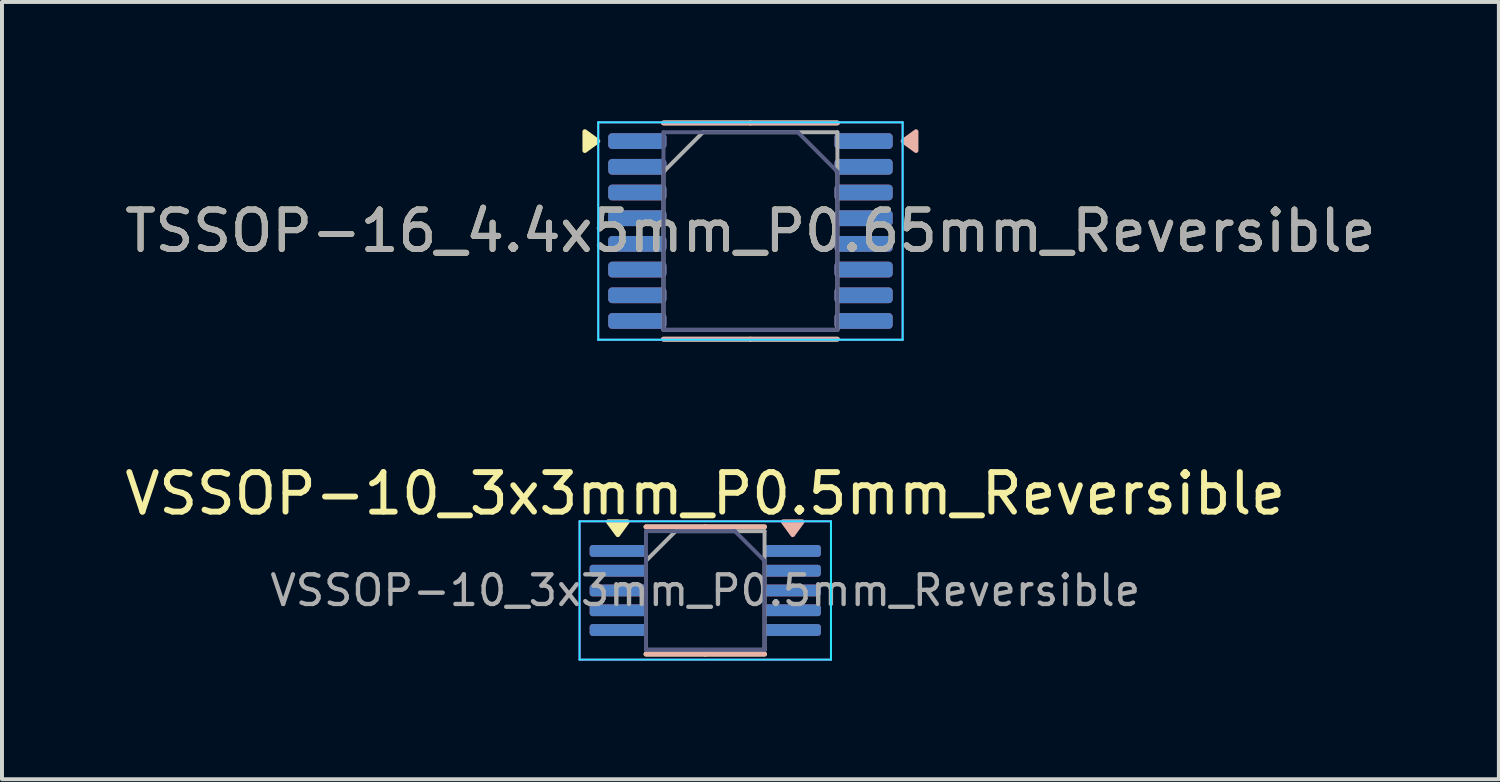
<source format=kicad_pcb>
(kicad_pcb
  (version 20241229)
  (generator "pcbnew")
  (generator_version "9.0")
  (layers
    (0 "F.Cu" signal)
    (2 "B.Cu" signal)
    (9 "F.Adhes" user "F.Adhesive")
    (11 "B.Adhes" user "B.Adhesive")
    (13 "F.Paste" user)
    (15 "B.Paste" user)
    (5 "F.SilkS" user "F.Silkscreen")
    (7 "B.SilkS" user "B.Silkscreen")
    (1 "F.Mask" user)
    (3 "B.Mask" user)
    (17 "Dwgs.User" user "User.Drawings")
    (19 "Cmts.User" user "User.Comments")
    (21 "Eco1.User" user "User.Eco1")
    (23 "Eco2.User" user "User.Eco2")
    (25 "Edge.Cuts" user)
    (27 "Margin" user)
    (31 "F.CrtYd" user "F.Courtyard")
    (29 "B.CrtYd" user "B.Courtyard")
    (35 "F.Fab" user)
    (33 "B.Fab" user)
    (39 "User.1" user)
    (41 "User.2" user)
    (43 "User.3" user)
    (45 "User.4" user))
  (footprint "VSSOP-10_3x3mm_P0.5mm_Reversible"
    (layer "F.Cu")
    (at 14.792 11.888)
    (property "Reference" "VSSOP-10_3x3mm_P0.5mm_Reversible" (at 0 -2.45 0) (layer "F.SilkS") (effects (font (size 1 1) (thickness 0.15))))
    (attr smd)
    (fp_line (start 0 -1.61) (end -1.5 -1.61) (stroke (width 0.12) (type solid)) (layer "F.SilkS"))
    (fp_line (start 0 -1.61) (end 1.5 -1.61) (stroke (width 0.12) (type solid)) (layer "F.SilkS"))
    (fp_line (start 0 1.61) (end -1.5 1.61) (stroke (width 0.12) (type solid)) (layer "F.SilkS"))
    (fp_line (start 0 1.61) (end 1.5 1.61) (stroke (width 0.12) (type solid)) (layer "F.SilkS"))
    (fp_poly (pts (xy -2.212 -1.41) (xy -2.453 -1.74) (xy -1.972 -1.74) (xy -2.212 -1.41)) (stroke (width 0.12) (type solid)) (fill yes) (layer "F.SilkS"))
    (fp_line (start -1.5 -1.61) (end 0 -1.61) (stroke (width 0.12) (type solid)) (layer "B.SilkS"))
    (fp_line (start -1.5 1.61) (end 0 1.61) (stroke (width 0.12) (type solid)) (layer "B.SilkS"))
    (fp_line (start 1.5 -1.61) (end 0 -1.61) (stroke (width 0.12) (type solid)) (layer "B.SilkS"))
    (fp_line (start 1.5 1.61) (end 0 1.61) (stroke (width 0.12) (type solid)) (layer "B.SilkS"))
    (fp_poly (pts (xy 2.212 -1.41) (xy 2.453 -1.74) (xy 1.972 -1.74) (xy 2.212 -1.41)) (stroke (width 0.12) (type solid)) (fill yes) (layer "B.SilkS"))
    (fp_line (start -3.18 -1.75) (end -3.18 1.75) (stroke (width 0.05) (type solid)) (layer "B.CrtYd"))
    (fp_line (start -3.18 1.75) (end 3.18 1.75) (stroke (width 0.05) (type solid)) (layer "B.CrtYd"))
    (fp_line (start 3.18 -1.75) (end -3.18 -1.75) (stroke (width 0.05) (type solid)) (layer "B.CrtYd"))
    (fp_line (start 3.18 1.75) (end 3.18 -1.75) (stroke (width 0.05) (type solid)) (layer "B.CrtYd"))
    (fp_line (start -3.18 -1.75) (end -3.18 1.75) (stroke (width 0.05) (type solid)) (layer "F.CrtYd"))
    (fp_line (start -3.18 1.75) (end 3.18 1.75) (stroke (width 0.05) (type solid)) (layer "F.CrtYd"))
    (fp_line (start 3.18 -1.75) (end -3.18 -1.75) (stroke (width 0.05) (type solid)) (layer "F.CrtYd"))
    (fp_line (start 3.18 1.75) (end 3.18 -1.75) (stroke (width 0.05) (type solid)) (layer "F.CrtYd"))
    (fp_line (start -1.5 -1.5) (end 0.75 -1.5) (stroke (width 0.1) (type solid)) (layer "B.Fab"))
    (fp_line (start -1.5 1.5) (end -1.5 -1.5) (stroke (width 0.1) (type solid)) (layer "B.Fab"))
    (fp_line (start 0.75 -1.5) (end 1.5 -0.75) (stroke (width 0.1) (type solid)) (layer "B.Fab"))
    (fp_line (start 1.5 -0.75) (end 1.5 1.5) (stroke (width 0.1) (type solid)) (layer "B.Fab"))
    (fp_line (start 1.5 1.5) (end -1.5 1.5) (stroke (width 0.1) (type solid)) (layer "B.Fab"))
    (fp_line (start -1.5 -0.75) (end -0.75 -1.5) (stroke (width 0.1) (type solid)) (layer "F.Fab"))
    (fp_line (start -1.5 1.5) (end -1.5 -0.75) (stroke (width 0.1) (type solid)) (layer "F.Fab"))
    (fp_line (start -0.75 -1.5) (end 1.5 -1.5) (stroke (width 0.1) (type solid)) (layer "F.Fab"))
    (fp_line (start 1.5 -1.5) (end 1.5 1.5) (stroke (width 0.1) (type solid)) (layer "F.Fab"))
    (fp_line (start 1.5 1.5) (end -1.5 1.5) (stroke (width 0.1) (type solid)) (layer "F.Fab"))
    (fp_text user "${REFERENCE}" (at 0 0 0) (layer "F.Fab") (effects (font (size 0.75 0.75) (thickness 0.11))))
    (pad "1" smd roundrect (at -2.2 -1) (size 1.45 0.3) (layers "F.Cu" "F.Mask" "F.Paste") (roundrect_rratio 0.25))
    (pad "1" smd roundrect (at 2.2 -1) (size 1.45 0.3) (layers "B.Cu" "B.Mask" "B.Paste") (roundrect_rratio 0.25))
    (pad "2" smd roundrect (at -2.2 -0.5) (size 1.45 0.3) (layers "F.Cu" "F.Mask" "F.Paste") (roundrect_rratio 0.25))
    (pad "2" smd roundrect (at 2.2 -0.5) (size 1.45 0.3) (layers "B.Cu" "B.Mask" "B.Paste") (roundrect_rratio 0.25))
    (pad "3" smd roundrect (at -2.2 0) (size 1.45 0.3) (layers "F.Cu" "F.Mask" "F.Paste") (roundrect_rratio 0.25))
    (pad "3" smd roundrect (at 2.2 0) (size 1.45 0.3) (layers "B.Cu" "B.Mask" "B.Paste") (roundrect_rratio 0.25))
    (pad "4" smd roundrect (at -2.2 0.5) (size 1.45 0.3) (layers "F.Cu" "F.Mask" "F.Paste") (roundrect_rratio 0.25))
    (pad "4" smd roundrect (at 2.2 0.5) (size 1.45 0.3) (layers "B.Cu" "B.Mask" "B.Paste") (roundrect_rratio 0.25))
    (pad "5" smd roundrect (at -2.2 1) (size 1.45 0.3) (layers "F.Cu" "F.Mask" "F.Paste") (roundrect_rratio 0.25))
    (pad "5" smd roundrect (at 2.2 1) (size 1.45 0.3) (layers "B.Cu" "B.Mask" "B.Paste") (roundrect_rratio 0.25))
    (pad "6" smd roundrect (at -2.2 1) (size 1.45 0.3) (layers "B.Cu" "B.Mask" "B.Paste") (roundrect_rratio 0.25))
    (pad "6" smd roundrect (at 2.2 1) (size 1.45 0.3) (layers "F.Cu" "F.Mask" "F.Paste") (roundrect_rratio 0.25))
    (pad "7" smd roundrect (at -2.2 0.5) (size 1.45 0.3) (layers "B.Cu" "B.Mask" "B.Paste") (roundrect_rratio 0.25))
    (pad "7" smd roundrect (at 2.2 0.5) (size 1.45 0.3) (layers "F.Cu" "F.Mask" "F.Paste") (roundrect_rratio 0.25))
    (pad "8" smd roundrect (at -2.2 0) (size 1.45 0.3) (layers "B.Cu" "B.Mask" "B.Paste") (roundrect_rratio 0.25))
    (pad "8" smd roundrect (at 2.2 0) (size 1.45 0.3) (layers "F.Cu" "F.Mask" "F.Paste") (roundrect_rratio 0.25))
    (pad "9" smd roundrect (at -2.2 -0.5) (size 1.45 0.3) (layers "B.Cu" "B.Mask" "B.Paste") (roundrect_rratio 0.25))
    (pad "9" smd roundrect (at 2.2 -0.5) (size 1.45 0.3) (layers "F.Cu" "F.Mask" "F.Paste") (roundrect_rratio 0.25))
    (pad "10" smd roundrect (at -2.2 -1) (size 1.45 0.3) (layers "B.Cu" "B.Mask" "B.Paste") (roundrect_rratio 0.25))
    (pad "10" smd roundrect (at 2.2 -1) (size 1.45 0.3) (layers "F.Cu" "F.Mask" "F.Paste") (roundrect_rratio 0.25)))
  (footprint "TSSOP-16_4.4x5mm_P0.65mm_Reversible"
    (layer "F.Cu")
    (at 15.935 2.795)
    (property "Reference" "TSSOP-16_4.4x5mm_P0.65mm_Reversible" (at 0 0 0) (layer "F.SilkS") (effects (font (size 1 1) (thickness 0.15))))
    (attr smd)
    (fp_line (start 0 -2.735) (end -2.2 -2.735) (stroke (width 0.12) (type solid)) (layer "F.SilkS"))
    (fp_line (start 0 -2.735) (end 2.2 -2.735) (stroke (width 0.12) (type solid)) (layer "F.SilkS"))
    (fp_line (start 0 2.735) (end -2.2 2.735) (stroke (width 0.12) (type solid)) (layer "F.SilkS"))
    (fp_line (start 0 2.735) (end 2.2 2.735) (stroke (width 0.12) (type solid)) (layer "F.SilkS"))
    (fp_poly (pts (xy -3.86 -2.275) (xy -4.19 -2.515) (xy -4.19 -2.035) (xy -3.86 -2.275)) (stroke (width 0.12) (type solid)) (fill yes) (layer "F.SilkS"))
    (fp_line (start -2.2 -2.735) (end 0 -2.735) (stroke (width 0.12) (type solid)) (layer "B.SilkS"))
    (fp_line (start -2.2 2.735) (end 0 2.735) (stroke (width 0.12) (type solid)) (layer "B.SilkS"))
    (fp_line (start 2.2 -2.735) (end 0 -2.735) (stroke (width 0.12) (type solid)) (layer "B.SilkS"))
    (fp_line (start 2.2 2.735) (end 0 2.735) (stroke (width 0.12) (type solid)) (layer "B.SilkS"))
    (fp_poly (pts (xy 3.86 -2.275) (xy 4.19 -2.515) (xy 4.19 -2.035) (xy 3.86 -2.275)) (stroke (width 0.12) (type solid)) (fill yes) (layer "B.SilkS"))
    (fp_line (start -3.85 -2.75) (end -3.85 2.75) (stroke (width 0.05) (type solid)) (layer "B.CrtYd"))
    (fp_line (start -3.85 2.75) (end 3.85 2.75) (stroke (width 0.05) (type solid)) (layer "B.CrtYd"))
    (fp_line (start 3.85 -2.75) (end -3.85 -2.75) (stroke (width 0.05) (type solid)) (layer "B.CrtYd"))
    (fp_line (start 3.85 2.75) (end 3.85 -2.75) (stroke (width 0.05) (type solid)) (layer "B.CrtYd"))
    (fp_line (start -3.85 -2.75) (end -3.85 2.75) (stroke (width 0.05) (type solid)) (layer "F.CrtYd"))
    (fp_line (start -3.85 2.75) (end 3.85 2.75) (stroke (width 0.05) (type solid)) (layer "F.CrtYd"))
    (fp_line (start 3.85 -2.75) (end -3.85 -2.75) (stroke (width 0.05) (type solid)) (layer "F.CrtYd"))
    (fp_line (start 3.85 2.75) (end 3.85 -2.75) (stroke (width 0.05) (type solid)) (layer "F.CrtYd"))
    (fp_line (start -2.2 -2.5) (end 1.2 -2.5) (stroke (width 0.1) (type solid)) (layer "B.Fab"))
    (fp_line (start -2.2 2.5) (end -2.2 -2.5) (stroke (width 0.1) (type solid)) (layer "B.Fab"))
    (fp_line (start 1.2 -2.5) (end 2.2 -1.5) (stroke (width 0.1) (type solid)) (layer "B.Fab"))
    (fp_line (start 2.2 -1.5) (end 2.2 2.5) (stroke (width 0.1) (type solid)) (layer "B.Fab"))
    (fp_line (start 2.2 2.5) (end -2.2 2.5) (stroke (width 0.1) (type solid)) (layer "B.Fab"))
    (fp_line (start -2.2 -1.5) (end -1.2 -2.5) (stroke (width 0.1) (type solid)) (layer "F.Fab"))
    (fp_line (start -2.2 2.5) (end -2.2 -1.5) (stroke (width 0.1) (type solid)) (layer "F.Fab"))
    (fp_line (start -1.2 -2.5) (end 2.2 -2.5) (stroke (width 0.1) (type solid)) (layer "F.Fab"))
    (fp_line (start 2.2 -2.5) (end 2.2 2.5) (stroke (width 0.1) (type solid)) (layer "F.Fab"))
    (fp_line (start 2.2 2.5) (end -2.2 2.5) (stroke (width 0.1) (type solid)) (layer "F.Fab"))
    (fp_text user "${REFERENCE}" (at 0 0 0) (layer "F.Fab") (effects (font (size 1 1) (thickness 0.15))))
    (pad "1" smd roundrect (at -2.862 -2.275) (size 1.475 0.4) (layers "F.Cu" "F.Mask" "F.Paste") (roundrect_rratio 0.25))
    (pad "1" smd roundrect (at 2.862 -2.275) (size 1.475 0.4) (layers "B.Cu" "B.Mask" "B.Paste") (roundrect_rratio 0.25))
    (pad "2" smd roundrect (at -2.862 -1.625) (size 1.475 0.4) (layers "F.Cu" "F.Mask" "F.Paste") (roundrect_rratio 0.25))
    (pad "2" smd roundrect (at 2.862 -1.625) (size 1.475 0.4) (layers "B.Cu" "B.Mask" "B.Paste") (roundrect_rratio 0.25))
    (pad "3" smd roundrect (at -2.862 -0.975) (size 1.475 0.4) (layers "F.Cu" "F.Mask" "F.Paste") (roundrect_rratio 0.25))
    (pad "3" smd roundrect (at 2.862 -0.975) (size 1.475 0.4) (layers "B.Cu" "B.Mask" "B.Paste") (roundrect_rratio 0.25))
    (pad "4" smd roundrect (at -2.862 -0.325) (size 1.475 0.4) (layers "F.Cu" "F.Mask" "F.Paste") (roundrect_rratio 0.25))
    (pad "4" smd roundrect (at 2.862 -0.325) (size 1.475 0.4) (layers "B.Cu" "B.Mask" "B.Paste") (roundrect_rratio 0.25))
    (pad "5" smd roundrect (at -2.862 0.325) (size 1.475 0.4) (layers "F.Cu" "F.Mask" "F.Paste") (roundrect_rratio 0.25))
    (pad "5" smd roundrect (at 2.862 0.325) (size 1.475 0.4) (layers "B.Cu" "B.Mask" "B.Paste") (roundrect_rratio 0.25))
    (pad "6" smd roundrect (at -2.862 0.975) (size 1.475 0.4) (layers "F.Cu" "F.Mask" "F.Paste") (roundrect_rratio 0.25))
    (pad "6" smd roundrect (at 2.862 0.975) (size 1.475 0.4) (layers "B.Cu" "B.Mask" "B.Paste") (roundrect_rratio 0.25))
    (pad "7" smd roundrect (at -2.862 1.625) (size 1.475 0.4) (layers "F.Cu" "F.Mask" "F.Paste") (roundrect_rratio 0.25))
    (pad "7" smd roundrect (at 2.862 1.625) (size 1.475 0.4) (layers "B.Cu" "B.Mask" "B.Paste") (roundrect_rratio 0.25))
    (pad "8" smd roundrect (at -2.862 2.275) (size 1.475 0.4) (layers "F.Cu" "F.Mask" "F.Paste") (roundrect_rratio 0.25))
    (pad "8" smd roundrect (at 2.862 2.275) (size 1.475 0.4) (layers "B.Cu" "B.Mask" "B.Paste") (roundrect_rratio 0.25))
    (pad "9" smd roundrect (at -2.862 2.275) (size 1.475 0.4) (layers "B.Cu" "B.Mask" "B.Paste") (roundrect_rratio 0.25))
    (pad "9" smd roundrect (at 2.862 2.275) (size 1.475 0.4) (layers "F.Cu" "F.Mask" "F.Paste") (roundrect_rratio 0.25))
    (pad "10" smd roundrect (at -2.862 1.625) (size 1.475 0.4) (layers "B.Cu" "B.Mask" "B.Paste") (roundrect_rratio 0.25))
    (pad "10" smd roundrect (at 2.862 1.625) (size 1.475 0.4) (layers "F.Cu" "F.Mask" "F.Paste") (roundrect_rratio 0.25))
    (pad "11" smd roundrect (at -2.862 0.975) (size 1.475 0.4) (layers "B.Cu" "B.Mask" "B.Paste") (roundrect_rratio 0.25))
    (pad "11" smd roundrect (at 2.862 0.975) (size 1.475 0.4) (layers "F.Cu" "F.Mask" "F.Paste") (roundrect_rratio 0.25))
    (pad "12" smd roundrect (at -2.862 0.325) (size 1.475 0.4) (layers "B.Cu" "B.Mask" "B.Paste") (roundrect_rratio 0.25))
    (pad "12" smd roundrect (at 2.862 0.325) (size 1.475 0.4) (layers "F.Cu" "F.Mask" "F.Paste") (roundrect_rratio 0.25))
    (pad "13" smd roundrect (at -2.862 -0.325) (size 1.475 0.4) (layers "B.Cu" "B.Mask" "B.Paste") (roundrect_rratio 0.25))
    (pad "13" smd roundrect (at 2.862 -0.325) (size 1.475 0.4) (layers "F.Cu" "F.Mask" "F.Paste") (roundrect_rratio 0.25))
    (pad "14" smd roundrect (at -2.862 -0.975) (size 1.475 0.4) (layers "B.Cu" "B.Mask" "B.Paste") (roundrect_rratio 0.25))
    (pad "14" smd roundrect (at 2.862 -0.975) (size 1.475 0.4) (layers "F.Cu" "F.Mask" "F.Paste") (roundrect_rratio 0.25))
    (pad "15" smd roundrect (at -2.862 -1.625) (size 1.475 0.4) (layers "B.Cu" "B.Mask" "B.Paste") (roundrect_rratio 0.25))
    (pad "15" smd roundrect (at 2.862 -1.625) (size 1.475 0.4) (layers "F.Cu" "F.Mask" "F.Paste") (roundrect_rratio 0.25))
    (pad "16" smd roundrect (at -2.862 -2.275) (size 1.475 0.4) (layers "B.Cu" "B.Mask" "B.Paste") (roundrect_rratio 0.25))
    (pad "16" smd roundrect (at 2.862 -2.275) (size 1.475 0.4) (layers "F.Cu" "F.Mask" "F.Paste") (roundrect_rratio 0.25)))
  (gr_rect
    (start -3 -3)
    (end 34.869 16.663)
    (stroke (width 0.1) (type default))
    (fill no)
    (layer "Edge.Cuts")))
</source>
